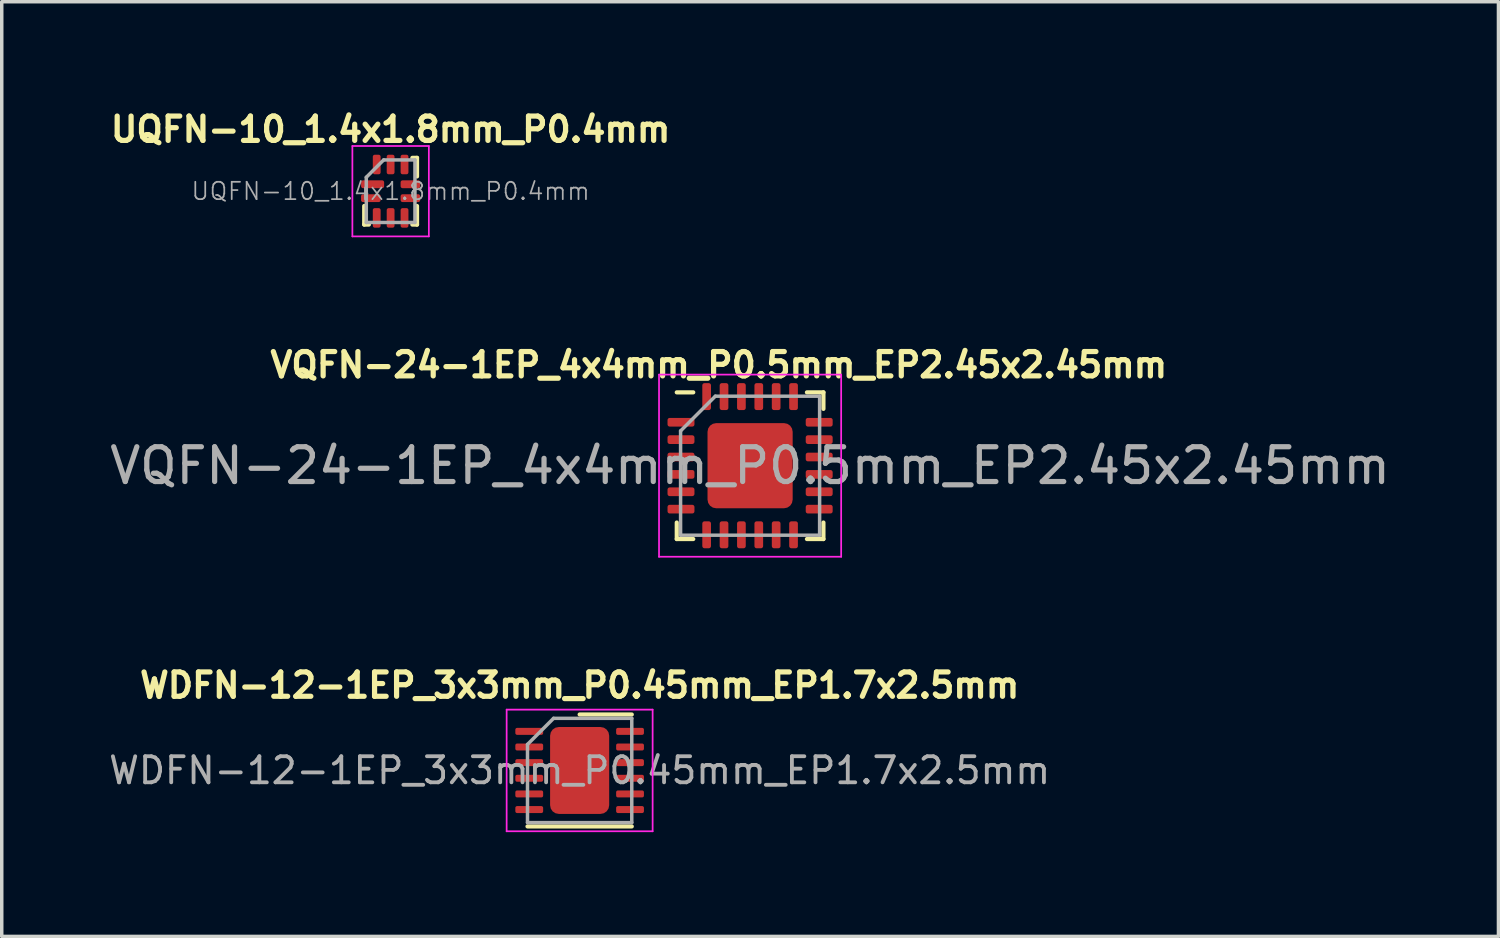
<source format=kicad_pcb>
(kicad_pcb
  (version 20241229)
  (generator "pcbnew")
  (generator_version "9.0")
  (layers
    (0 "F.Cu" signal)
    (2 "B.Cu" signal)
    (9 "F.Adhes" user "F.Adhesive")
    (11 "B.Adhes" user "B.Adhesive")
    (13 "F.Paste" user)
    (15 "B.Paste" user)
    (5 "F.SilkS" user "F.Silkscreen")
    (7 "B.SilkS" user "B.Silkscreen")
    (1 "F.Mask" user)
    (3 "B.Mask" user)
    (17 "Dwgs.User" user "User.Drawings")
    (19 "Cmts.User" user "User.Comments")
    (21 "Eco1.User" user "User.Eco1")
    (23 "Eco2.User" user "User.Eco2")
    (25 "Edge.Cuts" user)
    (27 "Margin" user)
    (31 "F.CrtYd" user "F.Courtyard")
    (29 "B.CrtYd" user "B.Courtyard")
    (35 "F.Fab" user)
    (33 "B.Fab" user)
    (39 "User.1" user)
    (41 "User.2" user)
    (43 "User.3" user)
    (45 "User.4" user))
  (footprint "VQFN-24-1EP_4x4mm_P0.5mm_EP2.45x2.45mm"
    (layer "F.Cu")
    (at 18.53 10.348)
    (property "Reference" "VQFN-24-1EP_4x4mm_P0.5mm_EP2.45x2.45mm" (at -0.9 -2.9 0) (layer "F.SilkS") (effects (font (size 0.7 0.7) (thickness 0.15))))
    (attr smd)
    (fp_line (start -2.11 2.11) (end -2.11 1.635) (stroke (width 0.12) (type solid)) (layer "F.SilkS"))
    (fp_line (start -1.635 -2.11) (end -2.11 -2.11) (stroke (width 0.12) (type solid)) (layer "F.SilkS"))
    (fp_line (start -1.635 2.11) (end -2.11 2.11) (stroke (width 0.12) (type solid)) (layer "F.SilkS"))
    (fp_line (start 1.635 -2.11) (end 2.11 -2.11) (stroke (width 0.12) (type solid)) (layer "F.SilkS"))
    (fp_line (start 1.635 2.11) (end 2.11 2.11) (stroke (width 0.12) (type solid)) (layer "F.SilkS"))
    (fp_line (start 2.11 -2.11) (end 2.11 -1.635) (stroke (width 0.12) (type solid)) (layer "F.SilkS"))
    (fp_line (start 2.11 2.11) (end 2.11 1.635) (stroke (width 0.12) (type solid)) (layer "F.SilkS"))
    (fp_line (start -2.62 -2.62) (end -2.62 2.62) (stroke (width 0.05) (type solid)) (layer "F.CrtYd"))
    (fp_line (start -2.62 2.62) (end 2.62 2.62) (stroke (width 0.05) (type solid)) (layer "F.CrtYd"))
    (fp_line (start 2.62 -2.62) (end -2.62 -2.62) (stroke (width 0.05) (type solid)) (layer "F.CrtYd"))
    (fp_line (start 2.62 2.62) (end 2.62 -2.62) (stroke (width 0.05) (type solid)) (layer "F.CrtYd"))
    (fp_line (start -2 -1) (end -1 -2) (stroke (width 0.1) (type solid)) (layer "F.Fab"))
    (fp_line (start -2 2) (end -2 -1) (stroke (width 0.1) (type solid)) (layer "F.Fab"))
    (fp_line (start -1 -2) (end 2 -2) (stroke (width 0.1) (type solid)) (layer "F.Fab"))
    (fp_line (start 2 -2) (end 2 2) (stroke (width 0.1) (type solid)) (layer "F.Fab"))
    (fp_line (start 2 2) (end -2 2) (stroke (width 0.1) (type solid)) (layer "F.Fab"))
    (fp_text user "${REFERENCE}" (at 0 0 0) (layer "F.Fab") (effects (font (size 1 1) (thickness 0.15))))
    (pad "" smd roundrect (at -0.82 -0.82) (size 0.66 0.66) (layers "F.Paste") (roundrect_rratio 0.25))
    (pad "" smd roundrect (at -0.82 0) (size 0.66 0.66) (layers "F.Paste") (roundrect_rratio 0.25))
    (pad "" smd roundrect (at -0.82 0.82) (size 0.66 0.66) (layers "F.Paste") (roundrect_rratio 0.25))
    (pad "" smd roundrect (at 0 -0.82) (size 0.66 0.66) (layers "F.Paste") (roundrect_rratio 0.25))
    (pad "" smd roundrect (at 0 0) (size 0.66 0.66) (layers "F.Paste") (roundrect_rratio 0.25))
    (pad "" smd roundrect (at 0 0.82) (size 0.66 0.66) (layers "F.Paste") (roundrect_rratio 0.25))
    (pad "" smd roundrect (at 0.82 -0.82) (size 0.66 0.66) (layers "F.Paste") (roundrect_rratio 0.25))
    (pad "" smd roundrect (at 0.82 0) (size 0.66 0.66) (layers "F.Paste") (roundrect_rratio 0.25))
    (pad "" smd roundrect (at 0.82 0.82) (size 0.66 0.66) (layers "F.Paste") (roundrect_rratio 0.25))
    (pad "1" smd roundrect (at -1.988 -1.25) (size 0.775 0.25) (layers "F.Cu" "F.Mask" "F.Paste") (roundrect_rratio 0.25))
    (pad "2" smd roundrect (at -1.988 -0.75) (size 0.775 0.25) (layers "F.Cu" "F.Mask" "F.Paste") (roundrect_rratio 0.25))
    (pad "3" smd roundrect (at -1.988 -0.25) (size 0.775 0.25) (layers "F.Cu" "F.Mask" "F.Paste") (roundrect_rratio 0.25))
    (pad "4" smd roundrect (at -1.988 0.25) (size 0.775 0.25) (layers "F.Cu" "F.Mask" "F.Paste") (roundrect_rratio 0.25))
    (pad "5" smd roundrect (at -1.988 0.75) (size 0.775 0.25) (layers "F.Cu" "F.Mask" "F.Paste") (roundrect_rratio 0.25))
    (pad "6" smd roundrect (at -1.988 1.25) (size 0.775 0.25) (layers "F.Cu" "F.Mask" "F.Paste") (roundrect_rratio 0.25))
    (pad "7" smd roundrect (at -1.25 1.988) (size 0.25 0.775) (layers "F.Cu" "F.Mask" "F.Paste") (roundrect_rratio 0.25))
    (pad "8" smd roundrect (at -0.75 1.988) (size 0.25 0.775) (layers "F.Cu" "F.Mask" "F.Paste") (roundrect_rratio 0.25))
    (pad "9" smd roundrect (at -0.25 1.988) (size 0.25 0.775) (layers "F.Cu" "F.Mask" "F.Paste") (roundrect_rratio 0.25))
    (pad "10" smd roundrect (at 0.25 1.988) (size 0.25 0.775) (layers "F.Cu" "F.Mask" "F.Paste") (roundrect_rratio 0.25))
    (pad "11" smd roundrect (at 0.75 1.988) (size 0.25 0.775) (layers "F.Cu" "F.Mask" "F.Paste") (roundrect_rratio 0.25))
    (pad "12" smd roundrect (at 1.25 1.988) (size 0.25 0.775) (layers "F.Cu" "F.Mask" "F.Paste") (roundrect_rratio 0.25))
    (pad "13" smd roundrect (at 1.988 1.25) (size 0.775 0.25) (layers "F.Cu" "F.Mask" "F.Paste") (roundrect_rratio 0.25))
    (pad "14" smd roundrect (at 1.988 0.75) (size 0.775 0.25) (layers "F.Cu" "F.Mask" "F.Paste") (roundrect_rratio 0.25))
    (pad "15" smd roundrect (at 1.988 0.25) (size 0.775 0.25) (layers "F.Cu" "F.Mask" "F.Paste") (roundrect_rratio 0.25))
    (pad "16" smd roundrect (at 1.988 -0.25) (size 0.775 0.25) (layers "F.Cu" "F.Mask" "F.Paste") (roundrect_rratio 0.25))
    (pad "17" smd roundrect (at 1.988 -0.75) (size 0.775 0.25) (layers "F.Cu" "F.Mask" "F.Paste") (roundrect_rratio 0.25))
    (pad "18" smd roundrect (at 1.988 -1.25) (size 0.775 0.25) (layers "F.Cu" "F.Mask" "F.Paste") (roundrect_rratio 0.25))
    (pad "19" smd roundrect (at 1.25 -1.988) (size 0.25 0.775) (layers "F.Cu" "F.Mask" "F.Paste") (roundrect_rratio 0.25))
    (pad "20" smd roundrect (at 0.75 -1.988) (size 0.25 0.775) (layers "F.Cu" "F.Mask" "F.Paste") (roundrect_rratio 0.25))
    (pad "21" smd roundrect (at 0.25 -1.988) (size 0.25 0.775) (layers "F.Cu" "F.Mask" "F.Paste") (roundrect_rratio 0.25))
    (pad "22" smd roundrect (at -0.25 -1.988) (size 0.25 0.775) (layers "F.Cu" "F.Mask" "F.Paste") (roundrect_rratio 0.25))
    (pad "23" smd roundrect (at -0.75 -1.988) (size 0.25 0.775) (layers "F.Cu" "F.Mask" "F.Paste") (roundrect_rratio 0.25))
    (pad "24" smd roundrect (at -1.25 -1.988) (size 0.25 0.775) (layers "F.Cu" "F.Mask" "F.Paste") (roundrect_rratio 0.25))
    (pad "25" smd roundrect (at 0 0) (size 2.45 2.45) (layers "F.Cu" "F.Mask") (roundrect_rratio 0.102)))
  (footprint "WDFN-12-1EP_3x3mm_P0.45mm_EP1.7x2.5mm"
    (layer "F.Cu")
    (at 13.626 19.116)
    (property "Reference" "WDFN-12-1EP_3x3mm_P0.45mm_EP1.7x2.5mm" (at 0 -2.45 0) (layer "F.SilkS") (effects (font (size 0.7 0.7) (thickness 0.15))))
    (attr smd)
    (fp_line (start -1.5 1.61) (end 1.5 1.61) (stroke (width 0.12) (type solid)) (layer "F.SilkS"))
    (fp_line (start 0 -1.61) (end 1.5 -1.61) (stroke (width 0.12) (type solid)) (layer "F.SilkS"))
    (fp_line (start -2.1 -1.75) (end -2.1 1.75) (stroke (width 0.05) (type solid)) (layer "F.CrtYd"))
    (fp_line (start -2.1 1.75) (end 2.1 1.75) (stroke (width 0.05) (type solid)) (layer "F.CrtYd"))
    (fp_line (start 2.1 -1.75) (end -2.1 -1.75) (stroke (width 0.05) (type solid)) (layer "F.CrtYd"))
    (fp_line (start 2.1 1.75) (end 2.1 -1.75) (stroke (width 0.05) (type solid)) (layer "F.CrtYd"))
    (fp_line (start -1.5 -0.75) (end -0.75 -1.5) (stroke (width 0.1) (type solid)) (layer "F.Fab"))
    (fp_line (start -1.5 1.5) (end -1.5 -0.75) (stroke (width 0.1) (type solid)) (layer "F.Fab"))
    (fp_line (start -0.75 -1.5) (end 1.5 -1.5) (stroke (width 0.1) (type solid)) (layer "F.Fab"))
    (fp_line (start 1.5 -1.5) (end 1.5 1.5) (stroke (width 0.1) (type solid)) (layer "F.Fab"))
    (fp_line (start 1.5 1.5) (end -1.5 1.5) (stroke (width 0.1) (type solid)) (layer "F.Fab"))
    (fp_text user "${REFERENCE}" (at 0 0 0) (layer "F.Fab") (effects (font (size 0.75 0.75) (thickness 0.11))))
    (pad "" smd roundrect (at -0.425 -0.625) (size 0.69 1.01) (layers "F.Paste") (roundrect_rratio 0.25))
    (pad "" smd roundrect (at -0.425 0.625) (size 0.69 1.01) (layers "F.Paste") (roundrect_rratio 0.25))
    (pad "" smd roundrect (at 0.425 -0.625) (size 0.69 1.01) (layers "F.Paste") (roundrect_rratio 0.25))
    (pad "" smd roundrect (at 0.425 0.625) (size 0.69 1.01) (layers "F.Paste") (roundrect_rratio 0.25))
    (pad "1" smd roundrect (at -1.45 -1.125) (size 0.8 0.2) (layers "F.Cu" "F.Mask" "F.Paste") (roundrect_rratio 0.25))
    (pad "2" smd roundrect (at -1.45 -0.675) (size 0.8 0.2) (layers "F.Cu" "F.Mask" "F.Paste") (roundrect_rratio 0.25))
    (pad "3" smd roundrect (at -1.45 -0.225) (size 0.8 0.2) (layers "F.Cu" "F.Mask" "F.Paste") (roundrect_rratio 0.25))
    (pad "4" smd roundrect (at -1.45 0.225) (size 0.8 0.2) (layers "F.Cu" "F.Mask" "F.Paste") (roundrect_rratio 0.25))
    (pad "5" smd roundrect (at -1.45 0.675) (size 0.8 0.2) (layers "F.Cu" "F.Mask" "F.Paste") (roundrect_rratio 0.25))
    (pad "6" smd roundrect (at -1.45 1.125) (size 0.8 0.2) (layers "F.Cu" "F.Mask" "F.Paste") (roundrect_rratio 0.25))
    (pad "7" smd roundrect (at 1.45 1.125) (size 0.8 0.2) (layers "F.Cu" "F.Mask" "F.Paste") (roundrect_rratio 0.25))
    (pad "8" smd roundrect (at 1.45 0.675) (size 0.8 0.2) (layers "F.Cu" "F.Mask" "F.Paste") (roundrect_rratio 0.25))
    (pad "9" smd roundrect (at 1.45 0.225) (size 0.8 0.2) (layers "F.Cu" "F.Mask" "F.Paste") (roundrect_rratio 0.25))
    (pad "10" smd roundrect (at 1.45 -0.225) (size 0.8 0.2) (layers "F.Cu" "F.Mask" "F.Paste") (roundrect_rratio 0.25))
    (pad "11" smd roundrect (at 1.45 -0.675) (size 0.8 0.2) (layers "F.Cu" "F.Mask" "F.Paste") (roundrect_rratio 0.25))
    (pad "12" smd roundrect (at 1.45 -1.125) (size 0.8 0.2) (layers "F.Cu" "F.Mask" "F.Paste") (roundrect_rratio 0.25))
    (pad "13" smd roundrect (at 0 0) (size 1.7 2.5) (layers "F.Cu" "F.Mask") (roundrect_rratio 0.147)))
  (footprint "UQFN-10_1.4x1.8mm_P0.4mm"
    (layer "F.Cu")
    (at 8.188 2.451)
    (property "Reference" "UQFN-10_1.4x1.8mm_P0.4mm" (at 0 -1.778 0) (layer "F.SilkS") (effects (font (size 0.7 0.7) (thickness 0.15))))
    (attr smd)
    (fp_line (start -0.76 0.96) (end -0.76 0.425) (stroke (width 0.12) (type solid)) (layer "F.SilkS"))
    (fp_line (start -0.625 0.96) (end -0.76 0.96) (stroke (width 0.12) (type solid)) (layer "F.SilkS"))
    (fp_line (start 0.76 -0.96) (end 0.625 -0.96) (stroke (width 0.12) (type solid)) (layer "F.SilkS"))
    (fp_line (start 0.76 -0.425) (end 0.76 -0.96) (stroke (width 0.12) (type solid)) (layer "F.SilkS"))
    (fp_line (start 0.76 0.96) (end 0.625 0.96) (stroke (width 0.12) (type solid)) (layer "F.SilkS"))
    (fp_line (start 0.76 0.96) (end 0.76 0.425) (stroke (width 0.12) (type solid)) (layer "F.SilkS"))
    (fp_line (start -1.1 1.3) (end -1.1 -1.3) (stroke (width 0.05) (type solid)) (layer "F.CrtYd"))
    (fp_line (start -1.1 1.3) (end 1.1 1.3) (stroke (width 0.05) (type solid)) (layer "F.CrtYd"))
    (fp_line (start 1.1 -1.3) (end -1.1 -1.3) (stroke (width 0.05) (type solid)) (layer "F.CrtYd"))
    (fp_line (start 1.1 -1.3) (end 1.1 1.3) (stroke (width 0.05) (type solid)) (layer "F.CrtYd"))
    (fp_line (start -0.7 -0.4) (end -0.7 0.9) (stroke (width 0.1) (type solid)) (layer "F.Fab"))
    (fp_line (start -0.7 0.9) (end 0.7 0.9) (stroke (width 0.1) (type solid)) (layer "F.Fab"))
    (fp_line (start -0.2 -0.9) (end -0.7 -0.4) (stroke (width 0.1) (type solid)) (layer "F.Fab"))
    (fp_line (start -0.2 -0.9) (end 0.7 -0.9) (stroke (width 0.1) (type solid)) (layer "F.Fab"))
    (fp_line (start 0.7 -0.9) (end 0.7 0.9) (stroke (width 0.1) (type solid)) (layer "F.Fab"))
    (fp_text user "${REFERENCE}" (at 0 0 0) (layer "F.Fab") (effects (font (size 0.5 0.5) (thickness 0.05))))
    (pad "1" smd roundrect (at -0.518 -0.2) (size 0.663 0.225) (layers "F.Cu" "F.Mask" "F.Paste") (roundrect_rratio 0.25))
    (pad "2" smd roundrect (at -0.569 0.2) (size 0.563 0.225) (layers "F.Cu" "F.Mask" "F.Paste") (roundrect_rratio 0.25))
    (pad "3" smd roundrect (at -0.4 0.768) (size 0.225 0.563) (layers "F.Cu" "F.Mask" "F.Paste") (roundrect_rratio 0.25))
    (pad "4" smd roundrect (at 0 0.768) (size 0.225 0.563) (layers "F.Cu" "F.Mask" "F.Paste") (roundrect_rratio 0.25))
    (pad "5" smd roundrect (at 0.4 0.768) (size 0.225 0.563) (layers "F.Cu" "F.Mask" "F.Paste") (roundrect_rratio 0.25))
    (pad "6" smd roundrect (at 0.569 0.2) (size 0.563 0.225) (layers "F.Cu" "F.Mask" "F.Paste") (roundrect_rratio 0.25))
    (pad "7" smd roundrect (at 0.569 -0.2) (size 0.563 0.225) (layers "F.Cu" "F.Mask" "F.Paste") (roundrect_rratio 0.25))
    (pad "8" smd roundrect (at 0.4 -0.768) (size 0.225 0.563) (layers "F.Cu" "F.Mask" "F.Paste") (roundrect_rratio 0.25))
    (pad "9" smd roundrect (at 0 -0.768) (size 0.225 0.563) (layers "F.Cu" "F.Mask" "F.Paste") (roundrect_rratio 0.25))
    (pad "10" smd roundrect (at -0.4 -0.768) (size 0.225 0.563) (layers "F.Cu" "F.Mask" "F.Paste") (roundrect_rratio 0.25)))
  (gr_rect
    (start -3 -3)
    (end 40.06 23.891)
    (stroke (width 0.1) (type default))
    (fill no)
    (layer "Edge.Cuts")))
</source>
